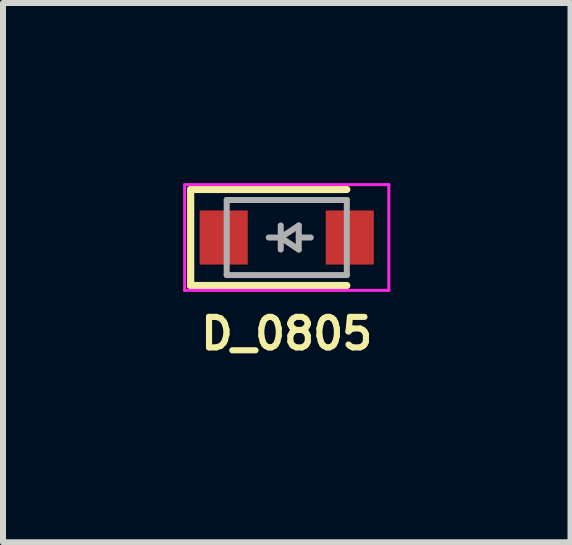
<source format=kicad_pcb>
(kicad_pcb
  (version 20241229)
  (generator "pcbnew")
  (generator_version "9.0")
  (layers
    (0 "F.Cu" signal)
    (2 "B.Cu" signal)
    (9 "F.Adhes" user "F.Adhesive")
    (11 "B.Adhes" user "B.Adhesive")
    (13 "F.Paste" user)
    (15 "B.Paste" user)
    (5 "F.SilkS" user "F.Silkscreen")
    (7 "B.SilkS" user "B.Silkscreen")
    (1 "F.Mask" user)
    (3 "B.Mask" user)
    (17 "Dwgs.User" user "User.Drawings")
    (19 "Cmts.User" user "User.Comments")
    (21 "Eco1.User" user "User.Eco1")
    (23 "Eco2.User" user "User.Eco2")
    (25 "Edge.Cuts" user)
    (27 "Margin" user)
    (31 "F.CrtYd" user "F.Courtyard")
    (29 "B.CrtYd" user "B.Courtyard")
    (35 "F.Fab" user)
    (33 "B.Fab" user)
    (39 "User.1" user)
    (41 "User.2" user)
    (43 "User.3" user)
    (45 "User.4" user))
  (footprint "D_0805"
    (layer "F.Cu")
    (at 1.725 0.905)
    (property "Reference" "D_0805" (at 0 1.6 0) (layer "F.SilkS") (effects (font (size 0.508 0.508) (thickness 0.102))))
    (attr smd)
    (fp_line (start -1.6 -0.8) (end -1.6 0.8) (stroke (width 0.12) (type solid)) (layer "F.SilkS"))
    (fp_line (start -1.6 -0.8) (end 1 -0.8) (stroke (width 0.12) (type solid)) (layer "F.SilkS"))
    (fp_line (start -1.6 0.8) (end 1 0.8) (stroke (width 0.12) (type solid)) (layer "F.SilkS"))
    (fp_line (start -1.7 -0.88) (end 1.7 -0.88) (stroke (width 0.05) (type solid)) (layer "F.CrtYd"))
    (fp_line (start -1.7 0.88) (end -1.7 -0.88) (stroke (width 0.05) (type solid)) (layer "F.CrtYd"))
    (fp_line (start 1.7 -0.88) (end 1.7 0.88) (stroke (width 0.05) (type solid)) (layer "F.CrtYd"))
    (fp_line (start 1.7 0.88) (end -1.7 0.88) (stroke (width 0.05) (type solid)) (layer "F.CrtYd"))
    (fp_line (start -1 -0.625) (end 1 -0.625) (stroke (width 0.1) (type solid)) (layer "F.Fab"))
    (fp_line (start -1 0.625) (end -1 -0.625) (stroke (width 0.1) (type solid)) (layer "F.Fab"))
    (fp_line (start -0.1 -0.2) (end -0.1 0.2) (stroke (width 0.1) (type solid)) (layer "F.Fab"))
    (fp_line (start -0.1 0) (end -0.3 0) (stroke (width 0.1) (type solid)) (layer "F.Fab"))
    (fp_line (start -0.1 0) (end 0.2 0.2) (stroke (width 0.1) (type solid)) (layer "F.Fab"))
    (fp_line (start 0.2 -0.2) (end -0.1 0) (stroke (width 0.1) (type solid)) (layer "F.Fab"))
    (fp_line (start 0.2 0) (end 0.4 0) (stroke (width 0.1) (type solid)) (layer "F.Fab"))
    (fp_line (start 0.2 0.2) (end 0.2 -0.2) (stroke (width 0.1) (type solid)) (layer "F.Fab"))
    (fp_line (start 1 -0.625) (end 1 0.625) (stroke (width 0.1) (type solid)) (layer "F.Fab"))
    (fp_line (start 1 0.625) (end -1 0.625) (stroke (width 0.1) (type solid)) (layer "F.Fab"))
    (pad "1" smd rect (at -1.05 0) (size 0.8 0.9) (layers "F.Cu" "F.Mask" "F.Paste"))
    (pad "2" smd rect (at 1.05 0) (size 0.8 0.9) (layers "F.Cu" "F.Mask" "F.Paste")))
  (gr_rect
    (start -3 -3)
    (end 6.45 5.98)
    (stroke (width 0.1) (type default))
    (fill no)
    (layer "Edge.Cuts")))
</source>
